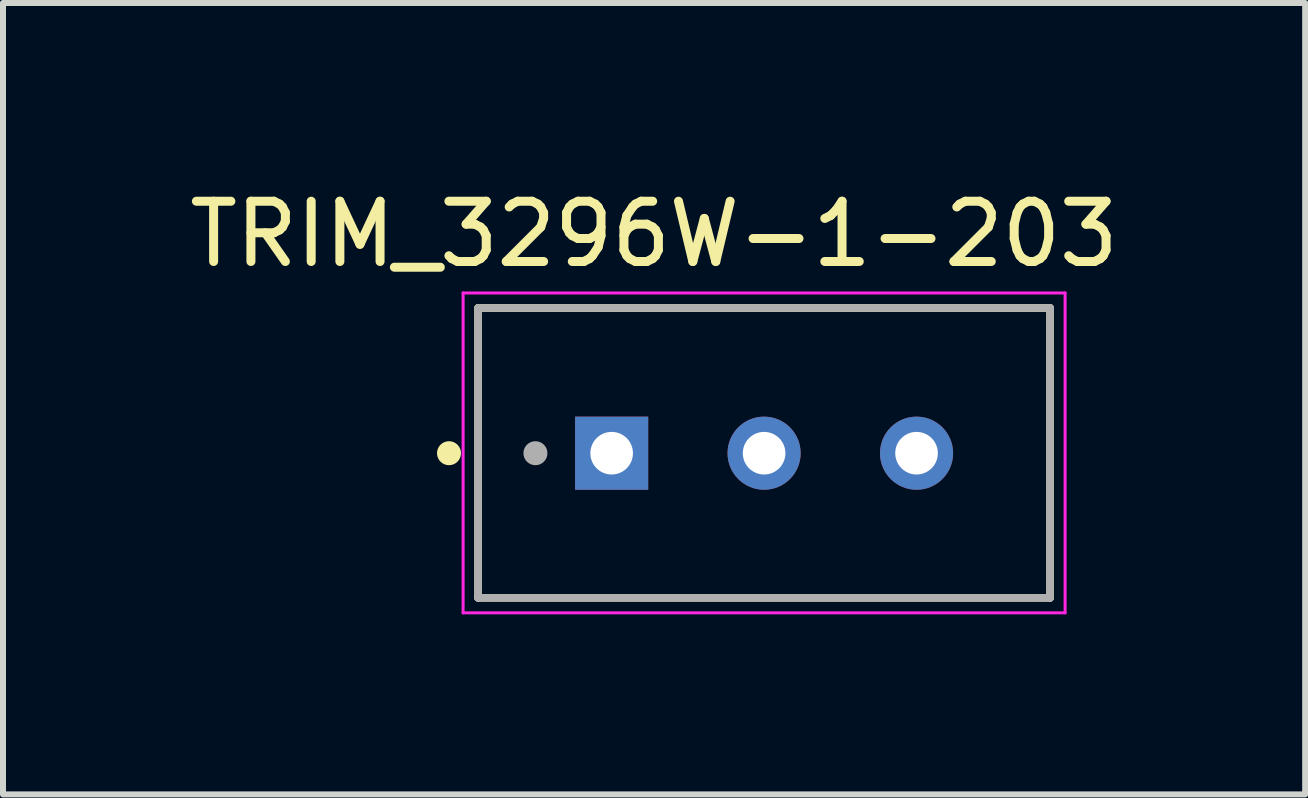
<source format=kicad_pcb>
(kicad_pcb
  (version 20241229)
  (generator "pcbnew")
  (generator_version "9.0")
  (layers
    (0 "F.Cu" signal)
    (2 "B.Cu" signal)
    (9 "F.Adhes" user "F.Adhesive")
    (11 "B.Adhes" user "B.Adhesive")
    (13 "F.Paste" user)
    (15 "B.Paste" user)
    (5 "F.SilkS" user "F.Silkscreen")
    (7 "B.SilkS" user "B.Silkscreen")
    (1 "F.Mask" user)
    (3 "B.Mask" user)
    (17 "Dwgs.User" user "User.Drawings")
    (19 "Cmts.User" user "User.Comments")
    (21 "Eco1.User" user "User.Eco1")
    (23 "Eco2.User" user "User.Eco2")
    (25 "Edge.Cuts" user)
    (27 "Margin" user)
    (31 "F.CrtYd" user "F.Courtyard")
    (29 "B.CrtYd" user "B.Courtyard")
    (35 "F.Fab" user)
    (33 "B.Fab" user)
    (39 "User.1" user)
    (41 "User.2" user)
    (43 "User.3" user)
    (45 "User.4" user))
  (footprint "TRIM_3296W-1-203"
    (layer "F.Cu")
    (at 9.681 4.501)
    (property "Reference" "TRIM_3296W-1-203" (at -1.833 -3.651 0) (layer "F.SilkS") (effects (font (size 1.004 1.004) (thickness 0.15))))
    (attr through_hole)
    (fp_line (start -4.765 -2.42) (end 4.765 -2.42) (stroke (width 0.127) (type solid)) (layer "F.SilkS"))
    (fp_line (start -4.765 2.41) (end -4.765 -2.42) (stroke (width 0.127) (type solid)) (layer "F.SilkS"))
    (fp_line (start 4.765 -2.42) (end 4.765 2.41) (stroke (width 0.127) (type solid)) (layer "F.SilkS"))
    (fp_line (start 4.765 2.41) (end -4.765 2.41) (stroke (width 0.127) (type solid)) (layer "F.SilkS"))
    (fp_circle (center -5.25 0) (end -5.15 0) (stroke (width 0.2) (type solid)) (fill no) (layer "F.SilkS"))
    (fp_line (start -5.015 -2.67) (end 5.015 -2.67) (stroke (width 0.05) (type solid)) (layer "F.CrtYd"))
    (fp_line (start -5.015 2.66) (end -5.015 -2.67) (stroke (width 0.05) (type solid)) (layer "F.CrtYd"))
    (fp_line (start 5.015 -2.67) (end 5.015 2.66) (stroke (width 0.05) (type solid)) (layer "F.CrtYd"))
    (fp_line (start 5.015 2.66) (end -5.015 2.66) (stroke (width 0.05) (type solid)) (layer "F.CrtYd"))
    (fp_line (start -4.765 -2.42) (end 4.765 -2.42) (stroke (width 0.127) (type solid)) (layer "F.Fab"))
    (fp_line (start -4.765 2.41) (end -4.765 -2.42) (stroke (width 0.127) (type solid)) (layer "F.Fab"))
    (fp_line (start 4.765 -2.42) (end 4.765 2.41) (stroke (width 0.127) (type solid)) (layer "F.Fab"))
    (fp_line (start 4.765 2.41) (end -4.765 2.41) (stroke (width 0.127) (type solid)) (layer "F.Fab"))
    (fp_circle (center -3.81 0) (end -3.71 0) (stroke (width 0.2) (type solid)) (fill no) (layer "F.Fab"))
    (pad "1" thru_hole rect (at -2.54 0) (size 1.218 1.218) (drill 0.71) (layers "*.Cu" "*.Mask"))
    (pad "2" thru_hole circle (at 0 0) (size 1.218 1.218) (drill 0.71) (layers "*.Cu" "*.Mask"))
    (pad "3" thru_hole circle (at 2.54 0) (size 1.218 1.218) (drill 0.71) (layers "*.Cu" "*.Mask")))
  (gr_rect
    (start -3 -3)
    (end 18.696 10.186)
    (stroke (width 0.1) (type default))
    (fill no)
    (layer "Edge.Cuts")))
</source>
